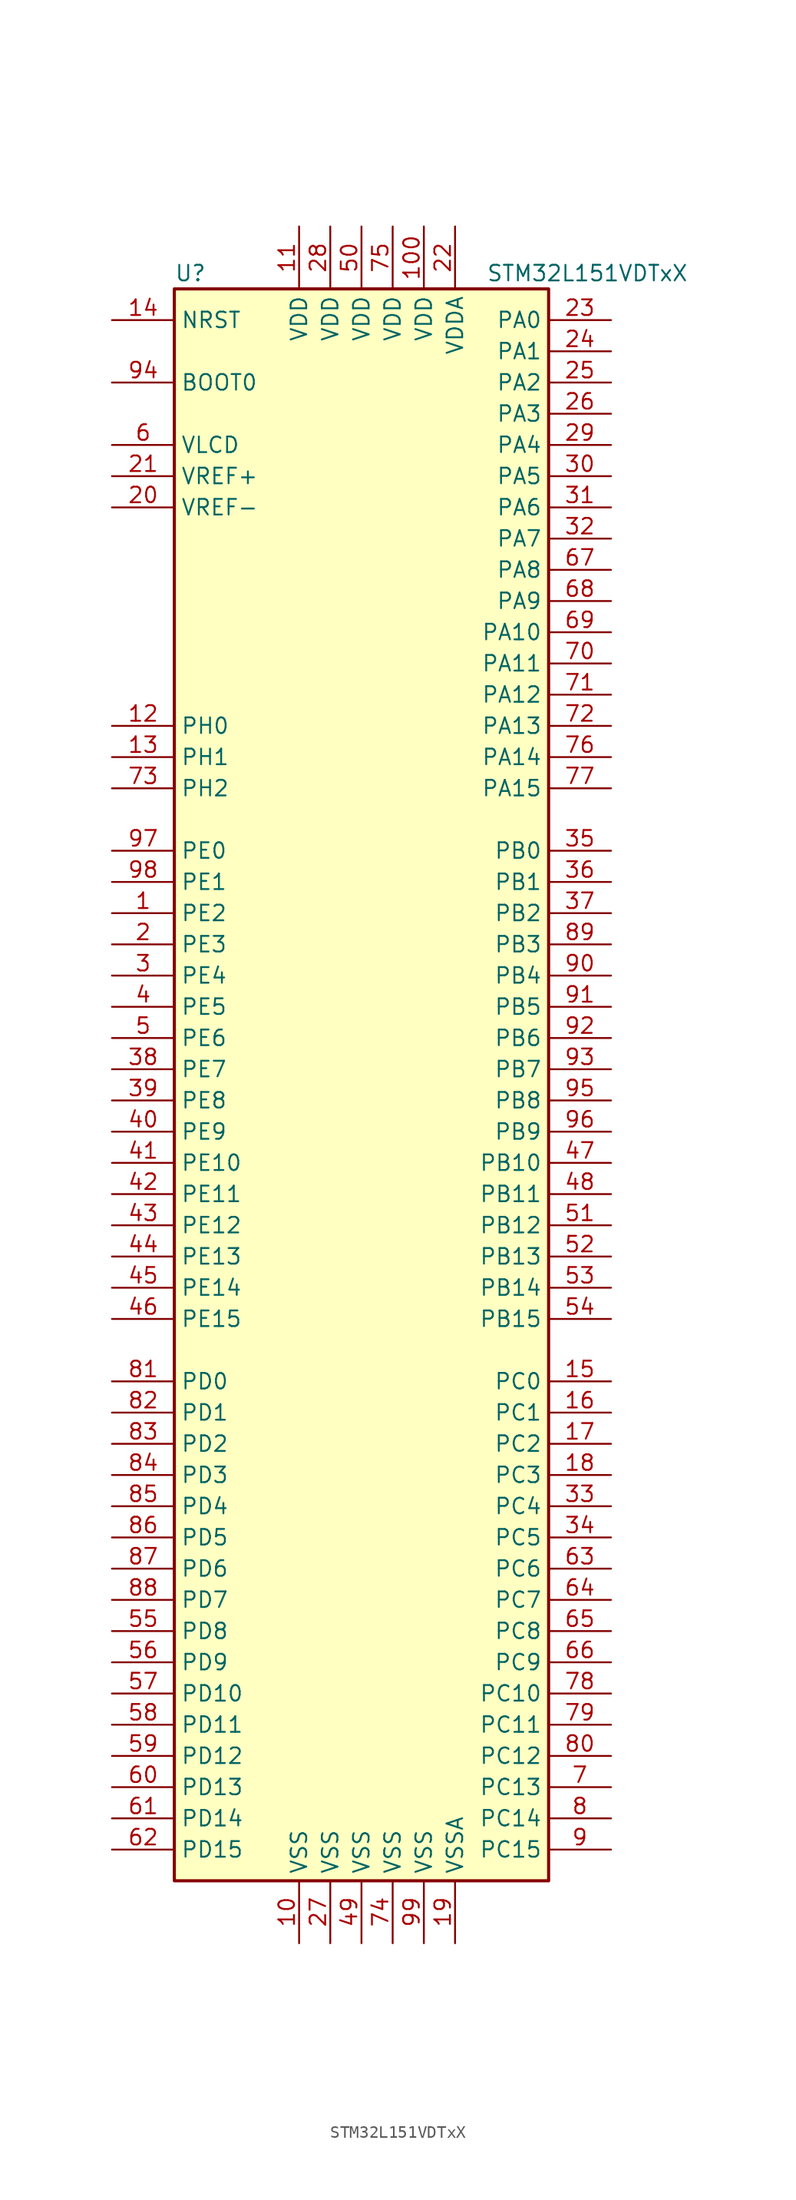
<source format=kicad_sym>
(kicad_symbol_lib
  (version 20201005)
  (generator kicad_symbol_editor)
  (symbol "STM32L151VDTxX"
    (property "Reference" "U"
      (at -15.24 64.77 0)
      (effects (font (size 1.27 1.27)) (justify left)))
    (property "Value" "STM32L151VDTxX"
      (at 10.16 64.77 0)
      (effects (font (size 1.27 1.27)) (justify left)))
    (symbol "STM32L151VDTxX_0_1"
      (rectangle (start -15.24 -66.04) (end 15.24 63.5) (stroke (width 0.254)) (fill (type background))))
    (symbol "STM32L151VDTxX_1_1"
      (pin bidirectional line (at -20.32 12.7 0) (length 5.08) (name "PE2" (effects (font (size 1.27 1.27)))) (number "1" (effects (font (size 1.27 1.27)))))
      (pin power_in line (at -5.08 -71.12 90) (length 5.08) (name "VSS" (effects (font (size 1.27 1.27)))) (number "10" (effects (font (size 1.27 1.27)))))
      (pin power_in line (at 5.08 68.58 270) (length 5.08) (name "VDD" (effects (font (size 1.27 1.27)))) (number "100" (effects (font (size 1.27 1.27)))))
      (pin power_in line (at -5.08 68.58 270) (length 5.08) (name "VDD" (effects (font (size 1.27 1.27)))) (number "11" (effects (font (size 1.27 1.27)))))
      (pin input line (at -20.32 27.94 0) (length 5.08) (name "PH0" (effects (font (size 1.27 1.27)))) (number "12" (effects (font (size 1.27 1.27)))))
      (pin input line (at -20.32 25.4 0) (length 5.08) (name "PH1" (effects (font (size 1.27 1.27)))) (number "13" (effects (font (size 1.27 1.27)))))
      (pin input line (at -20.32 60.96 0) (length 5.08) (name "NRST" (effects (font (size 1.27 1.27)))) (number "14" (effects (font (size 1.27 1.27)))))
      (pin bidirectional line (at 20.32 -25.4 180) (length 5.08) (name "PC0" (effects (font (size 1.27 1.27)))) (number "15" (effects (font (size 1.27 1.27)))))
      (pin bidirectional line (at 20.32 -27.94 180) (length 5.08) (name "PC1" (effects (font (size 1.27 1.27)))) (number "16" (effects (font (size 1.27 1.27)))))
      (pin bidirectional line (at 20.32 -30.48 180) (length 5.08) (name "PC2" (effects (font (size 1.27 1.27)))) (number "17" (effects (font (size 1.27 1.27)))))
      (pin bidirectional line (at 20.32 -33.02 180) (length 5.08) (name "PC3" (effects (font (size 1.27 1.27)))) (number "18" (effects (font (size 1.27 1.27)))))
      (pin power_in line (at 7.62 -71.12 90) (length 5.08) (name "VSSA" (effects (font (size 1.27 1.27)))) (number "19" (effects (font (size 1.27 1.27)))))
      (pin bidirectional line (at -20.32 10.16 0) (length 5.08) (name "PE3" (effects (font (size 1.27 1.27)))) (number "2" (effects (font (size 1.27 1.27)))))
      (pin power_in line (at -20.32 45.72 0) (length 5.08) (name "VREF-" (effects (font (size 1.27 1.27)))) (number "20" (effects (font (size 1.27 1.27)))))
      (pin power_in line (at -20.32 48.26 0) (length 5.08) (name "VREF+" (effects (font (size 1.27 1.27)))) (number "21" (effects (font (size 1.27 1.27)))))
      (pin power_in line (at 7.62 68.58 270) (length 5.08) (name "VDDA" (effects (font (size 1.27 1.27)))) (number "22" (effects (font (size 1.27 1.27)))))
      (pin bidirectional line (at 20.32 60.96 180) (length 5.08) (name "PA0" (effects (font (size 1.27 1.27)))) (number "23" (effects (font (size 1.27 1.27)))))
      (pin bidirectional line (at 20.32 58.42 180) (length 5.08) (name "PA1" (effects (font (size 1.27 1.27)))) (number "24" (effects (font (size 1.27 1.27)))))
      (pin bidirectional line (at 20.32 55.88 180) (length 5.08) (name "PA2" (effects (font (size 1.27 1.27)))) (number "25" (effects (font (size 1.27 1.27)))))
      (pin bidirectional line (at 20.32 53.34 180) (length 5.08) (name "PA3" (effects (font (size 1.27 1.27)))) (number "26" (effects (font (size 1.27 1.27)))))
      (pin power_in line (at -2.54 -71.12 90) (length 5.08) (name "VSS" (effects (font (size 1.27 1.27)))) (number "27" (effects (font (size 1.27 1.27)))))
      (pin power_in line (at -2.54 68.58 270) (length 5.08) (name "VDD" (effects (font (size 1.27 1.27)))) (number "28" (effects (font (size 1.27 1.27)))))
      (pin bidirectional line (at 20.32 50.8 180) (length 5.08) (name "PA4" (effects (font (size 1.27 1.27)))) (number "29" (effects (font (size 1.27 1.27)))))
      (pin bidirectional line (at -20.32 7.62 0) (length 5.08) (name "PE4" (effects (font (size 1.27 1.27)))) (number "3" (effects (font (size 1.27 1.27)))))
      (pin bidirectional line (at 20.32 48.26 180) (length 5.08) (name "PA5" (effects (font (size 1.27 1.27)))) (number "30" (effects (font (size 1.27 1.27)))))
      (pin bidirectional line (at 20.32 45.72 180) (length 5.08) (name "PA6" (effects (font (size 1.27 1.27)))) (number "31" (effects (font (size 1.27 1.27)))))
      (pin bidirectional line (at 20.32 43.18 180) (length 5.08) (name "PA7" (effects (font (size 1.27 1.27)))) (number "32" (effects (font (size 1.27 1.27)))))
      (pin bidirectional line (at 20.32 -35.56 180) (length 5.08) (name "PC4" (effects (font (size 1.27 1.27)))) (number "33" (effects (font (size 1.27 1.27)))))
      (pin bidirectional line (at 20.32 -38.1 180) (length 5.08) (name "PC5" (effects (font (size 1.27 1.27)))) (number "34" (effects (font (size 1.27 1.27)))))
      (pin bidirectional line (at 20.32 17.78 180) (length 5.08) (name "PB0" (effects (font (size 1.27 1.27)))) (number "35" (effects (font (size 1.27 1.27)))))
      (pin bidirectional line (at 20.32 15.24 180) (length 5.08) (name "PB1" (effects (font (size 1.27 1.27)))) (number "36" (effects (font (size 1.27 1.27)))))
      (pin bidirectional line (at 20.32 12.7 180) (length 5.08) (name "PB2" (effects (font (size 1.27 1.27)))) (number "37" (effects (font (size 1.27 1.27)))))
      (pin bidirectional line (at -20.32 0 0) (length 5.08) (name "PE7" (effects (font (size 1.27 1.27)))) (number "38" (effects (font (size 1.27 1.27)))))
      (pin bidirectional line (at -20.32 -2.54 0) (length 5.08) (name "PE8" (effects (font (size 1.27 1.27)))) (number "39" (effects (font (size 1.27 1.27)))))
      (pin bidirectional line (at -20.32 5.08 0) (length 5.08) (name "PE5" (effects (font (size 1.27 1.27)))) (number "4" (effects (font (size 1.27 1.27)))))
      (pin bidirectional line (at -20.32 -5.08 0) (length 5.08) (name "PE9" (effects (font (size 1.27 1.27)))) (number "40" (effects (font (size 1.27 1.27)))))
      (pin bidirectional line (at -20.32 -7.62 0) (length 5.08) (name "PE10" (effects (font (size 1.27 1.27)))) (number "41" (effects (font (size 1.27 1.27)))))
      (pin bidirectional line (at -20.32 -10.16 0) (length 5.08) (name "PE11" (effects (font (size 1.27 1.27)))) (number "42" (effects (font (size 1.27 1.27)))))
      (pin bidirectional line (at -20.32 -12.7 0) (length 5.08) (name "PE12" (effects (font (size 1.27 1.27)))) (number "43" (effects (font (size 1.27 1.27)))))
      (pin bidirectional line (at -20.32 -15.24 0) (length 5.08) (name "PE13" (effects (font (size 1.27 1.27)))) (number "44" (effects (font (size 1.27 1.27)))))
      (pin bidirectional line (at -20.32 -17.78 0) (length 5.08) (name "PE14" (effects (font (size 1.27 1.27)))) (number "45" (effects (font (size 1.27 1.27)))))
      (pin bidirectional line (at -20.32 -20.32 0) (length 5.08) (name "PE15" (effects (font (size 1.27 1.27)))) (number "46" (effects (font (size 1.27 1.27)))))
      (pin bidirectional line (at 20.32 -7.62 180) (length 5.08) (name "PB10" (effects (font (size 1.27 1.27)))) (number "47" (effects (font (size 1.27 1.27)))))
      (pin bidirectional line (at 20.32 -10.16 180) (length 5.08) (name "PB11" (effects (font (size 1.27 1.27)))) (number "48" (effects (font (size 1.27 1.27)))))
      (pin power_in line (at 0 -71.12 90) (length 5.08) (name "VSS" (effects (font (size 1.27 1.27)))) (number "49" (effects (font (size 1.27 1.27)))))
      (pin bidirectional line (at -20.32 2.54 0) (length 5.08) (name "PE6" (effects (font (size 1.27 1.27)))) (number "5" (effects (font (size 1.27 1.27)))))
      (pin power_in line (at 0 68.58 270) (length 5.08) (name "VDD" (effects (font (size 1.27 1.27)))) (number "50" (effects (font (size 1.27 1.27)))))
      (pin bidirectional line (at 20.32 -12.7 180) (length 5.08) (name "PB12" (effects (font (size 1.27 1.27)))) (number "51" (effects (font (size 1.27 1.27)))))
      (pin bidirectional line (at 20.32 -15.24 180) (length 5.08) (name "PB13" (effects (font (size 1.27 1.27)))) (number "52" (effects (font (size 1.27 1.27)))))
      (pin bidirectional line (at 20.32 -17.78 180) (length 5.08) (name "PB14" (effects (font (size 1.27 1.27)))) (number "53" (effects (font (size 1.27 1.27)))))
      (pin bidirectional line (at 20.32 -20.32 180) (length 5.08) (name "PB15" (effects (font (size 1.27 1.27)))) (number "54" (effects (font (size 1.27 1.27)))))
      (pin bidirectional line (at -20.32 -45.72 0) (length 5.08) (name "PD8" (effects (font (size 1.27 1.27)))) (number "55" (effects (font (size 1.27 1.27)))))
      (pin bidirectional line (at -20.32 -48.26 0) (length 5.08) (name "PD9" (effects (font (size 1.27 1.27)))) (number "56" (effects (font (size 1.27 1.27)))))
      (pin bidirectional line (at -20.32 -50.8 0) (length 5.08) (name "PD10" (effects (font (size 1.27 1.27)))) (number "57" (effects (font (size 1.27 1.27)))))
      (pin bidirectional line (at -20.32 -53.34 0) (length 5.08) (name "PD11" (effects (font (size 1.27 1.27)))) (number "58" (effects (font (size 1.27 1.27)))))
      (pin bidirectional line (at -20.32 -55.88 0) (length 5.08) (name "PD12" (effects (font (size 1.27 1.27)))) (number "59" (effects (font (size 1.27 1.27)))))
      (pin power_in line (at -20.32 50.8 0) (length 5.08) (name "VLCD" (effects (font (size 1.27 1.27)))) (number "6" (effects (font (size 1.27 1.27)))))
      (pin bidirectional line (at -20.32 -58.42 0) (length 5.08) (name "PD13" (effects (font (size 1.27 1.27)))) (number "60" (effects (font (size 1.27 1.27)))))
      (pin bidirectional line (at -20.32 -60.96 0) (length 5.08) (name "PD14" (effects (font (size 1.27 1.27)))) (number "61" (effects (font (size 1.27 1.27)))))
      (pin bidirectional line (at -20.32 -63.5 0) (length 5.08) (name "PD15" (effects (font (size 1.27 1.27)))) (number "62" (effects (font (size 1.27 1.27)))))
      (pin bidirectional line (at 20.32 -40.64 180) (length 5.08) (name "PC6" (effects (font (size 1.27 1.27)))) (number "63" (effects (font (size 1.27 1.27)))))
      (pin bidirectional line (at 20.32 -43.18 180) (length 5.08) (name "PC7" (effects (font (size 1.27 1.27)))) (number "64" (effects (font (size 1.27 1.27)))))
      (pin bidirectional line (at 20.32 -45.72 180) (length 5.08) (name "PC8" (effects (font (size 1.27 1.27)))) (number "65" (effects (font (size 1.27 1.27)))))
      (pin bidirectional line (at 20.32 -48.26 180) (length 5.08) (name "PC9" (effects (font (size 1.27 1.27)))) (number "66" (effects (font (size 1.27 1.27)))))
      (pin bidirectional line (at 20.32 40.64 180) (length 5.08) (name "PA8" (effects (font (size 1.27 1.27)))) (number "67" (effects (font (size 1.27 1.27)))))
      (pin bidirectional line (at 20.32 38.1 180) (length 5.08) (name "PA9" (effects (font (size 1.27 1.27)))) (number "68" (effects (font (size 1.27 1.27)))))
      (pin bidirectional line (at 20.32 35.56 180) (length 5.08) (name "PA10" (effects (font (size 1.27 1.27)))) (number "69" (effects (font (size 1.27 1.27)))))
      (pin bidirectional line (at 20.32 -58.42 180) (length 5.08) (name "PC13" (effects (font (size 1.27 1.27)))) (number "7" (effects (font (size 1.27 1.27)))))
      (pin bidirectional line (at 20.32 33.02 180) (length 5.08) (name "PA11" (effects (font (size 1.27 1.27)))) (number "70" (effects (font (size 1.27 1.27)))))
      (pin bidirectional line (at 20.32 30.48 180) (length 5.08) (name "PA12" (effects (font (size 1.27 1.27)))) (number "71" (effects (font (size 1.27 1.27)))))
      (pin bidirectional line (at 20.32 27.94 180) (length 5.08) (name "PA13" (effects (font (size 1.27 1.27)))) (number "72" (effects (font (size 1.27 1.27)))))
      (pin bidirectional line (at -20.32 22.86 0) (length 5.08) (name "PH2" (effects (font (size 1.27 1.27)))) (number "73" (effects (font (size 1.27 1.27)))))
      (pin power_in line (at 2.54 -71.12 90) (length 5.08) (name "VSS" (effects (font (size 1.27 1.27)))) (number "74" (effects (font (size 1.27 1.27)))))
      (pin power_in line (at 2.54 68.58 270) (length 5.08) (name "VDD" (effects (font (size 1.27 1.27)))) (number "75" (effects (font (size 1.27 1.27)))))
      (pin bidirectional line (at 20.32 25.4 180) (length 5.08) (name "PA14" (effects (font (size 1.27 1.27)))) (number "76" (effects (font (size 1.27 1.27)))))
      (pin bidirectional line (at 20.32 22.86 180) (length 5.08) (name "PA15" (effects (font (size 1.27 1.27)))) (number "77" (effects (font (size 1.27 1.27)))))
      (pin bidirectional line (at 20.32 -50.8 180) (length 5.08) (name "PC10" (effects (font (size 1.27 1.27)))) (number "78" (effects (font (size 1.27 1.27)))))
      (pin bidirectional line (at 20.32 -53.34 180) (length 5.08) (name "PC11" (effects (font (size 1.27 1.27)))) (number "79" (effects (font (size 1.27 1.27)))))
      (pin bidirectional line (at 20.32 -60.96 180) (length 5.08) (name "PC14" (effects (font (size 1.27 1.27)))) (number "8" (effects (font (size 1.27 1.27)))))
      (pin bidirectional line (at 20.32 -55.88 180) (length 5.08) (name "PC12" (effects (font (size 1.27 1.27)))) (number "80" (effects (font (size 1.27 1.27)))))
      (pin bidirectional line (at -20.32 -25.4 0) (length 5.08) (name "PD0" (effects (font (size 1.27 1.27)))) (number "81" (effects (font (size 1.27 1.27)))))
      (pin bidirectional line (at -20.32 -27.94 0) (length 5.08) (name "PD1" (effects (font (size 1.27 1.27)))) (number "82" (effects (font (size 1.27 1.27)))))
      (pin bidirectional line (at -20.32 -30.48 0) (length 5.08) (name "PD2" (effects (font (size 1.27 1.27)))) (number "83" (effects (font (size 1.27 1.27)))))
      (pin bidirectional line (at -20.32 -33.02 0) (length 5.08) (name "PD3" (effects (font (size 1.27 1.27)))) (number "84" (effects (font (size 1.27 1.27)))))
      (pin bidirectional line (at -20.32 -35.56 0) (length 5.08) (name "PD4" (effects (font (size 1.27 1.27)))) (number "85" (effects (font (size 1.27 1.27)))))
      (pin bidirectional line (at -20.32 -38.1 0) (length 5.08) (name "PD5" (effects (font (size 1.27 1.27)))) (number "86" (effects (font (size 1.27 1.27)))))
      (pin bidirectional line (at -20.32 -40.64 0) (length 5.08) (name "PD6" (effects (font (size 1.27 1.27)))) (number "87" (effects (font (size 1.27 1.27)))))
      (pin bidirectional line (at -20.32 -43.18 0) (length 5.08) (name "PD7" (effects (font (size 1.27 1.27)))) (number "88" (effects (font (size 1.27 1.27)))))
      (pin bidirectional line (at 20.32 10.16 180) (length 5.08) (name "PB3" (effects (font (size 1.27 1.27)))) (number "89" (effects (font (size 1.27 1.27)))))
      (pin bidirectional line (at 20.32 -63.5 180) (length 5.08) (name "PC15" (effects (font (size 1.27 1.27)))) (number "9" (effects (font (size 1.27 1.27)))))
      (pin bidirectional line (at 20.32 7.62 180) (length 5.08) (name "PB4" (effects (font (size 1.27 1.27)))) (number "90" (effects (font (size 1.27 1.27)))))
      (pin bidirectional line (at 20.32 5.08 180) (length 5.08) (name "PB5" (effects (font (size 1.27 1.27)))) (number "91" (effects (font (size 1.27 1.27)))))
      (pin bidirectional line (at 20.32 2.54 180) (length 5.08) (name "PB6" (effects (font (size 1.27 1.27)))) (number "92" (effects (font (size 1.27 1.27)))))
      (pin bidirectional line (at 20.32 0 180) (length 5.08) (name "PB7" (effects (font (size 1.27 1.27)))) (number "93" (effects (font (size 1.27 1.27)))))
      (pin input line (at -20.32 55.88 0) (length 5.08) (name "BOOT0" (effects (font (size 1.27 1.27)))) (number "94" (effects (font (size 1.27 1.27)))))
      (pin bidirectional line (at 20.32 -2.54 180) (length 5.08) (name "PB8" (effects (font (size 1.27 1.27)))) (number "95" (effects (font (size 1.27 1.27)))))
      (pin bidirectional line (at 20.32 -5.08 180) (length 5.08) (name "PB9" (effects (font (size 1.27 1.27)))) (number "96" (effects (font (size 1.27 1.27)))))
      (pin bidirectional line (at -20.32 17.78 0) (length 5.08) (name "PE0" (effects (font (size 1.27 1.27)))) (number "97" (effects (font (size 1.27 1.27)))))
      (pin bidirectional line (at -20.32 15.24 0) (length 5.08) (name "PE1" (effects (font (size 1.27 1.27)))) (number "98" (effects (font (size 1.27 1.27)))))
      (pin power_in line (at 5.08 -71.12 90) (length 5.08) (name "VSS" (effects (font (size 1.27 1.27)))) (number "99" (effects (font (size 1.27 1.27))))))))
</source>
